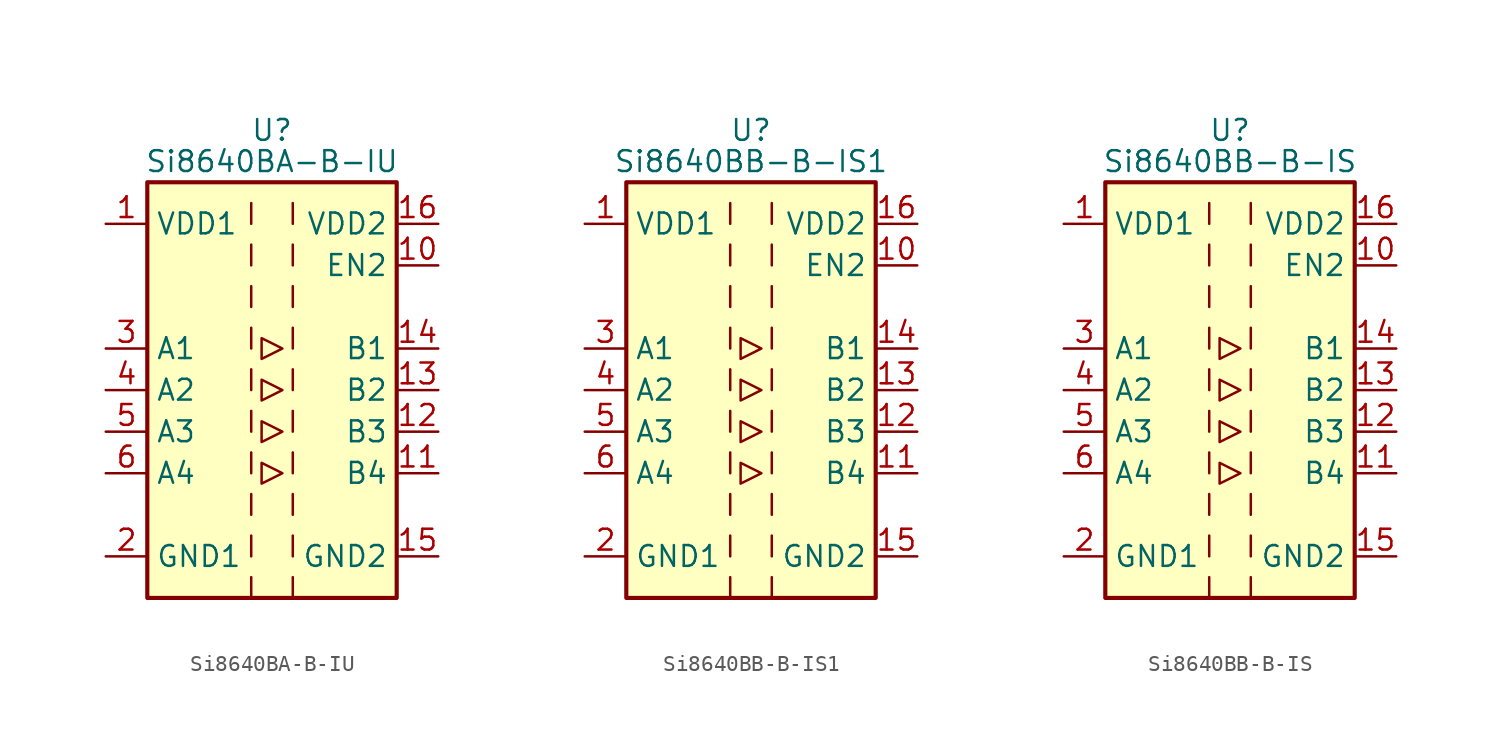
<source format=kicad_sym>
(kicad_symbol_lib
  (version 20201005)
  (generator kicad_symbol_editor)
  (symbol "Si8640BA-B-IU"
    (property "Reference" "U"
      (at 0 15.875 0)
      (effects (font (size 1.27 1.27))))
    (property "Value" "Si8640BA-B-IU"
      (at 0 13.97 0)
      (effects (font (size 1.27 1.27))))
    (symbol "Si8640BA-B-IU_0_1"
      (rectangle (start -7.62 12.7) (end 7.62 -12.7) (stroke (width 0.254)) (fill (type background)))
      (polyline (pts (xy -1.27 -11.43) (xy -1.27 -12.7)) (stroke (width 0)) (fill (type none)))
      (polyline (pts (xy -1.27 -8.89) (xy -1.27 -10.16)) (stroke (width 0)) (fill (type none)))
      (polyline (pts (xy -1.27 -6.35) (xy -1.27 -7.62)) (stroke (width 0)) (fill (type none)))
      (polyline (pts (xy -1.27 -3.81) (xy -1.27 -5.08)) (stroke (width 0)) (fill (type none)))
      (polyline (pts (xy -1.27 -1.27) (xy -1.27 -2.54)) (stroke (width 0)) (fill (type none)))
      (polyline (pts (xy -1.27 1.27) (xy -1.27 0)) (stroke (width 0)) (fill (type none)))
      (polyline (pts (xy -1.27 3.81) (xy -1.27 2.54)) (stroke (width 0)) (fill (type none)))
      (polyline (pts (xy -1.27 6.35) (xy -1.27 5.08)) (stroke (width 0)) (fill (type none)))
      (polyline (pts (xy -1.27 8.89) (xy -1.27 7.62)) (stroke (width 0)) (fill (type none)))
      (polyline (pts (xy -1.27 11.43) (xy -1.27 10.16)) (stroke (width 0)) (fill (type none)))
      (polyline (pts (xy 1.27 -11.43) (xy 1.27 -12.7)) (stroke (width 0)) (fill (type none)))
      (polyline (pts (xy 1.27 -8.89) (xy 1.27 -10.16)) (stroke (width 0)) (fill (type none)))
      (polyline (pts (xy 1.27 -6.35) (xy 1.27 -7.62)) (stroke (width 0)) (fill (type none)))
      (polyline (pts (xy 1.27 -3.81) (xy 1.27 -5.08)) (stroke (width 0)) (fill (type none)))
      (polyline (pts (xy 1.27 -1.27) (xy 1.27 -2.54)) (stroke (width 0)) (fill (type none)))
      (polyline (pts (xy 1.27 1.27) (xy 1.27 0)) (stroke (width 0)) (fill (type none)))
      (polyline (pts (xy 1.27 3.81) (xy 1.27 2.54)) (stroke (width 0)) (fill (type none)))
      (polyline (pts (xy 1.27 6.35) (xy 1.27 5.08)) (stroke (width 0)) (fill (type none)))
      (polyline (pts (xy 1.27 8.89) (xy 1.27 7.62)) (stroke (width 0)) (fill (type none)))
      (polyline (pts (xy 1.27 11.43) (xy 1.27 10.16)) (stroke (width 0)) (fill (type none)))
      (polyline (pts (xy -0.635 0.635) (xy -0.635 -0.635) (xy 0.635 0) (xy -0.635 0.635)) (stroke (width 0)) (fill (type none)))
      (polyline (pts (xy -0.635 3.175) (xy -0.635 1.905) (xy 0.635 2.54) (xy -0.635 3.175)) (stroke (width 0)) (fill (type none)))
      (polyline (pts (xy 0.635 -5.08) (xy -0.635 -4.445) (xy -0.635 -5.715) (xy 0.635 -5.08)) (stroke (width 0)) (fill (type none)))
      (polyline (pts (xy 0.635 -2.54) (xy -0.635 -1.905) (xy -0.635 -3.175) (xy 0.635 -2.54)) (stroke (width 0)) (fill (type none))))
    (symbol "Si8640BA-B-IU_1_1"
      (pin power_in line (at -10.16 10.16 0) (length 2.54) (name "VDD1" (effects (font (size 1.27 1.27)))) (number "1" (effects (font (size 1.27 1.27)))))
      (pin input line (at 10.16 7.62 180) (length 2.54) (name "EN2" (effects (font (size 1.27 1.27)))) (number "10" (effects (font (size 1.27 1.27)))))
      (pin output line (at 10.16 -5.08 180) (length 2.54) (name "B4" (effects (font (size 1.27 1.27)))) (number "11" (effects (font (size 1.27 1.27)))))
      (pin output line (at 10.16 -2.54 180) (length 2.54) (name "B3" (effects (font (size 1.27 1.27)))) (number "12" (effects (font (size 1.27 1.27)))))
      (pin output line (at 10.16 0 180) (length 2.54) (name "B2" (effects (font (size 1.27 1.27)))) (number "13" (effects (font (size 1.27 1.27)))))
      (pin output line (at 10.16 2.54 180) (length 2.54) (name "B1" (effects (font (size 1.27 1.27)))) (number "14" (effects (font (size 1.27 1.27)))))
      (pin power_in line (at 10.16 -10.16 180) (length 2.54) (name "GND2" (effects (font (size 1.27 1.27)))) (number "15" (effects (font (size 1.27 1.27)))))
      (pin power_in line (at 10.16 10.16 180) (length 2.54) (name "VDD2" (effects (font (size 1.27 1.27)))) (number "16" (effects (font (size 1.27 1.27)))))
      (pin power_in line (at -10.16 -10.16 0) (length 2.54) (name "GND1" (effects (font (size 1.27 1.27)))) (number "2" (effects (font (size 1.27 1.27)))))
      (pin input line (at -10.16 2.54 0) (length 2.54) (name "A1" (effects (font (size 1.27 1.27)))) (number "3" (effects (font (size 1.27 1.27)))))
      (pin input line (at -10.16 0 0) (length 2.54) (name "A2" (effects (font (size 1.27 1.27)))) (number "4" (effects (font (size 1.27 1.27)))))
      (pin input line (at -10.16 -2.54 0) (length 2.54) (name "A3" (effects (font (size 1.27 1.27)))) (number "5" (effects (font (size 1.27 1.27)))))
      (pin input line (at -10.16 -5.08 0) (length 2.54) (name "A4" (effects (font (size 1.27 1.27)))) (number "6" (effects (font (size 1.27 1.27)))))
      (pin no_connect line (at -7.62 7.62 0) (length 2.54) hide (name "NC" (effects (font (size 1.27 1.27)))) (number "7" (effects (font (size 1.27 1.27)))))
      (pin passive line (at -10.16 -10.16 0) (length 2.54) hide (name "GND1" (effects (font (size 1.27 1.27)))) (number "8" (effects (font (size 1.27 1.27)))))
      (pin passive line (at 10.16 -10.16 180) (length 2.54) hide (name "GND2" (effects (font (size 1.27 1.27)))) (number "9" (effects (font (size 1.27 1.27)))))))
  (symbol "Si8640BB-B-IS1"
    (property "Reference" "U"
      (at 0 15.875 0)
      (effects (font (size 1.27 1.27))))
    (property "Value" "Si8640BB-B-IS1"
      (at 0 13.97 0)
      (effects (font (size 1.27 1.27))))
    (symbol "Si8640BB-B-IS1_0_1"
      (rectangle (start -7.62 12.7) (end 7.62 -12.7) (stroke (width 0.254)) (fill (type background)))
      (polyline (pts (xy -1.27 -11.43) (xy -1.27 -12.7)) (stroke (width 0)) (fill (type none)))
      (polyline (pts (xy -1.27 -8.89) (xy -1.27 -10.16)) (stroke (width 0)) (fill (type none)))
      (polyline (pts (xy -1.27 -6.35) (xy -1.27 -7.62)) (stroke (width 0)) (fill (type none)))
      (polyline (pts (xy -1.27 -3.81) (xy -1.27 -5.08)) (stroke (width 0)) (fill (type none)))
      (polyline (pts (xy -1.27 -1.27) (xy -1.27 -2.54)) (stroke (width 0)) (fill (type none)))
      (polyline (pts (xy -1.27 1.27) (xy -1.27 0)) (stroke (width 0)) (fill (type none)))
      (polyline (pts (xy -1.27 3.81) (xy -1.27 2.54)) (stroke (width 0)) (fill (type none)))
      (polyline (pts (xy -1.27 6.35) (xy -1.27 5.08)) (stroke (width 0)) (fill (type none)))
      (polyline (pts (xy -1.27 8.89) (xy -1.27 7.62)) (stroke (width 0)) (fill (type none)))
      (polyline (pts (xy -1.27 11.43) (xy -1.27 10.16)) (stroke (width 0)) (fill (type none)))
      (polyline (pts (xy 1.27 -11.43) (xy 1.27 -12.7)) (stroke (width 0)) (fill (type none)))
      (polyline (pts (xy 1.27 -8.89) (xy 1.27 -10.16)) (stroke (width 0)) (fill (type none)))
      (polyline (pts (xy 1.27 -6.35) (xy 1.27 -7.62)) (stroke (width 0)) (fill (type none)))
      (polyline (pts (xy 1.27 -3.81) (xy 1.27 -5.08)) (stroke (width 0)) (fill (type none)))
      (polyline (pts (xy 1.27 -1.27) (xy 1.27 -2.54)) (stroke (width 0)) (fill (type none)))
      (polyline (pts (xy 1.27 1.27) (xy 1.27 0)) (stroke (width 0)) (fill (type none)))
      (polyline (pts (xy 1.27 3.81) (xy 1.27 2.54)) (stroke (width 0)) (fill (type none)))
      (polyline (pts (xy 1.27 6.35) (xy 1.27 5.08)) (stroke (width 0)) (fill (type none)))
      (polyline (pts (xy 1.27 8.89) (xy 1.27 7.62)) (stroke (width 0)) (fill (type none)))
      (polyline (pts (xy 1.27 11.43) (xy 1.27 10.16)) (stroke (width 0)) (fill (type none)))
      (polyline (pts (xy -0.635 0.635) (xy -0.635 -0.635) (xy 0.635 0) (xy -0.635 0.635)) (stroke (width 0)) (fill (type none)))
      (polyline (pts (xy -0.635 3.175) (xy -0.635 1.905) (xy 0.635 2.54) (xy -0.635 3.175)) (stroke (width 0)) (fill (type none)))
      (polyline (pts (xy 0.635 -5.08) (xy -0.635 -4.445) (xy -0.635 -5.715) (xy 0.635 -5.08)) (stroke (width 0)) (fill (type none)))
      (polyline (pts (xy 0.635 -2.54) (xy -0.635 -1.905) (xy -0.635 -3.175) (xy 0.635 -2.54)) (stroke (width 0)) (fill (type none))))
    (symbol "Si8640BB-B-IS1_1_1"
      (pin power_in line (at -10.16 10.16 0) (length 2.54) (name "VDD1" (effects (font (size 1.27 1.27)))) (number "1" (effects (font (size 1.27 1.27)))))
      (pin input line (at 10.16 7.62 180) (length 2.54) (name "EN2" (effects (font (size 1.27 1.27)))) (number "10" (effects (font (size 1.27 1.27)))))
      (pin output line (at 10.16 -5.08 180) (length 2.54) (name "B4" (effects (font (size 1.27 1.27)))) (number "11" (effects (font (size 1.27 1.27)))))
      (pin output line (at 10.16 -2.54 180) (length 2.54) (name "B3" (effects (font (size 1.27 1.27)))) (number "12" (effects (font (size 1.27 1.27)))))
      (pin output line (at 10.16 0 180) (length 2.54) (name "B2" (effects (font (size 1.27 1.27)))) (number "13" (effects (font (size 1.27 1.27)))))
      (pin output line (at 10.16 2.54 180) (length 2.54) (name "B1" (effects (font (size 1.27 1.27)))) (number "14" (effects (font (size 1.27 1.27)))))
      (pin power_in line (at 10.16 -10.16 180) (length 2.54) (name "GND2" (effects (font (size 1.27 1.27)))) (number "15" (effects (font (size 1.27 1.27)))))
      (pin power_in line (at 10.16 10.16 180) (length 2.54) (name "VDD2" (effects (font (size 1.27 1.27)))) (number "16" (effects (font (size 1.27 1.27)))))
      (pin power_in line (at -10.16 -10.16 0) (length 2.54) (name "GND1" (effects (font (size 1.27 1.27)))) (number "2" (effects (font (size 1.27 1.27)))))
      (pin input line (at -10.16 2.54 0) (length 2.54) (name "A1" (effects (font (size 1.27 1.27)))) (number "3" (effects (font (size 1.27 1.27)))))
      (pin input line (at -10.16 0 0) (length 2.54) (name "A2" (effects (font (size 1.27 1.27)))) (number "4" (effects (font (size 1.27 1.27)))))
      (pin input line (at -10.16 -2.54 0) (length 2.54) (name "A3" (effects (font (size 1.27 1.27)))) (number "5" (effects (font (size 1.27 1.27)))))
      (pin input line (at -10.16 -5.08 0) (length 2.54) (name "A4" (effects (font (size 1.27 1.27)))) (number "6" (effects (font (size 1.27 1.27)))))
      (pin no_connect line (at -7.62 7.62 0) (length 2.54) hide (name "NC" (effects (font (size 1.27 1.27)))) (number "7" (effects (font (size 1.27 1.27)))))
      (pin passive line (at -10.16 -10.16 0) (length 2.54) hide (name "GND1" (effects (font (size 1.27 1.27)))) (number "8" (effects (font (size 1.27 1.27)))))
      (pin passive line (at 10.16 -10.16 180) (length 2.54) hide (name "GND2" (effects (font (size 1.27 1.27)))) (number "9" (effects (font (size 1.27 1.27)))))))
  (symbol "Si8640BB-B-IS"
    (property "Reference" "U"
      (at 0 15.875 0)
      (effects (font (size 1.27 1.27))))
    (property "Value" "Si8640BB-B-IS"
      (at 0 13.97 0)
      (effects (font (size 1.27 1.27))))
    (symbol "Si8640BB-B-IS_0_1"
      (rectangle (start -7.62 12.7) (end 7.62 -12.7) (stroke (width 0.254)) (fill (type background)))
      (polyline (pts (xy -1.27 -11.43) (xy -1.27 -12.7)) (stroke (width 0)) (fill (type none)))
      (polyline (pts (xy -1.27 -8.89) (xy -1.27 -10.16)) (stroke (width 0)) (fill (type none)))
      (polyline (pts (xy -1.27 -6.35) (xy -1.27 -7.62)) (stroke (width 0)) (fill (type none)))
      (polyline (pts (xy -1.27 -3.81) (xy -1.27 -5.08)) (stroke (width 0)) (fill (type none)))
      (polyline (pts (xy -1.27 -1.27) (xy -1.27 -2.54)) (stroke (width 0)) (fill (type none)))
      (polyline (pts (xy -1.27 1.27) (xy -1.27 0)) (stroke (width 0)) (fill (type none)))
      (polyline (pts (xy -1.27 3.81) (xy -1.27 2.54)) (stroke (width 0)) (fill (type none)))
      (polyline (pts (xy -1.27 6.35) (xy -1.27 5.08)) (stroke (width 0)) (fill (type none)))
      (polyline (pts (xy -1.27 8.89) (xy -1.27 7.62)) (stroke (width 0)) (fill (type none)))
      (polyline (pts (xy -1.27 11.43) (xy -1.27 10.16)) (stroke (width 0)) (fill (type none)))
      (polyline (pts (xy 1.27 -11.43) (xy 1.27 -12.7)) (stroke (width 0)) (fill (type none)))
      (polyline (pts (xy 1.27 -8.89) (xy 1.27 -10.16)) (stroke (width 0)) (fill (type none)))
      (polyline (pts (xy 1.27 -6.35) (xy 1.27 -7.62)) (stroke (width 0)) (fill (type none)))
      (polyline (pts (xy 1.27 -3.81) (xy 1.27 -5.08)) (stroke (width 0)) (fill (type none)))
      (polyline (pts (xy 1.27 -1.27) (xy 1.27 -2.54)) (stroke (width 0)) (fill (type none)))
      (polyline (pts (xy 1.27 1.27) (xy 1.27 0)) (stroke (width 0)) (fill (type none)))
      (polyline (pts (xy 1.27 3.81) (xy 1.27 2.54)) (stroke (width 0)) (fill (type none)))
      (polyline (pts (xy 1.27 6.35) (xy 1.27 5.08)) (stroke (width 0)) (fill (type none)))
      (polyline (pts (xy 1.27 8.89) (xy 1.27 7.62)) (stroke (width 0)) (fill (type none)))
      (polyline (pts (xy 1.27 11.43) (xy 1.27 10.16)) (stroke (width 0)) (fill (type none)))
      (polyline (pts (xy -0.635 0.635) (xy -0.635 -0.635) (xy 0.635 0) (xy -0.635 0.635)) (stroke (width 0)) (fill (type none)))
      (polyline (pts (xy -0.635 3.175) (xy -0.635 1.905) (xy 0.635 2.54) (xy -0.635 3.175)) (stroke (width 0)) (fill (type none)))
      (polyline (pts (xy 0.635 -5.08) (xy -0.635 -4.445) (xy -0.635 -5.715) (xy 0.635 -5.08)) (stroke (width 0)) (fill (type none)))
      (polyline (pts (xy 0.635 -2.54) (xy -0.635 -1.905) (xy -0.635 -3.175) (xy 0.635 -2.54)) (stroke (width 0)) (fill (type none))))
    (symbol "Si8640BB-B-IS_1_1"
      (pin power_in line (at -10.16 10.16 0) (length 2.54) (name "VDD1" (effects (font (size 1.27 1.27)))) (number "1" (effects (font (size 1.27 1.27)))))
      (pin input line (at 10.16 7.62 180) (length 2.54) (name "EN2" (effects (font (size 1.27 1.27)))) (number "10" (effects (font (size 1.27 1.27)))))
      (pin output line (at 10.16 -5.08 180) (length 2.54) (name "B4" (effects (font (size 1.27 1.27)))) (number "11" (effects (font (size 1.27 1.27)))))
      (pin output line (at 10.16 -2.54 180) (length 2.54) (name "B3" (effects (font (size 1.27 1.27)))) (number "12" (effects (font (size 1.27 1.27)))))
      (pin output line (at 10.16 0 180) (length 2.54) (name "B2" (effects (font (size 1.27 1.27)))) (number "13" (effects (font (size 1.27 1.27)))))
      (pin output line (at 10.16 2.54 180) (length 2.54) (name "B1" (effects (font (size 1.27 1.27)))) (number "14" (effects (font (size 1.27 1.27)))))
      (pin power_in line (at 10.16 -10.16 180) (length 2.54) (name "GND2" (effects (font (size 1.27 1.27)))) (number "15" (effects (font (size 1.27 1.27)))))
      (pin power_in line (at 10.16 10.16 180) (length 2.54) (name "VDD2" (effects (font (size 1.27 1.27)))) (number "16" (effects (font (size 1.27 1.27)))))
      (pin power_in line (at -10.16 -10.16 0) (length 2.54) (name "GND1" (effects (font (size 1.27 1.27)))) (number "2" (effects (font (size 1.27 1.27)))))
      (pin input line (at -10.16 2.54 0) (length 2.54) (name "A1" (effects (font (size 1.27 1.27)))) (number "3" (effects (font (size 1.27 1.27)))))
      (pin input line (at -10.16 0 0) (length 2.54) (name "A2" (effects (font (size 1.27 1.27)))) (number "4" (effects (font (size 1.27 1.27)))))
      (pin input line (at -10.16 -2.54 0) (length 2.54) (name "A3" (effects (font (size 1.27 1.27)))) (number "5" (effects (font (size 1.27 1.27)))))
      (pin input line (at -10.16 -5.08 0) (length 2.54) (name "A4" (effects (font (size 1.27 1.27)))) (number "6" (effects (font (size 1.27 1.27)))))
      (pin no_connect line (at -7.62 7.62 0) (length 2.54) hide (name "NC" (effects (font (size 1.27 1.27)))) (number "7" (effects (font (size 1.27 1.27)))))
      (pin passive line (at -10.16 -10.16 0) (length 2.54) hide (name "GND1" (effects (font (size 1.27 1.27)))) (number "8" (effects (font (size 1.27 1.27)))))
      (pin passive line (at 10.16 -10.16 180) (length 2.54) hide (name "GND2" (effects (font (size 1.27 1.27)))) (number "9" (effects (font (size 1.27 1.27))))))))
</source>
